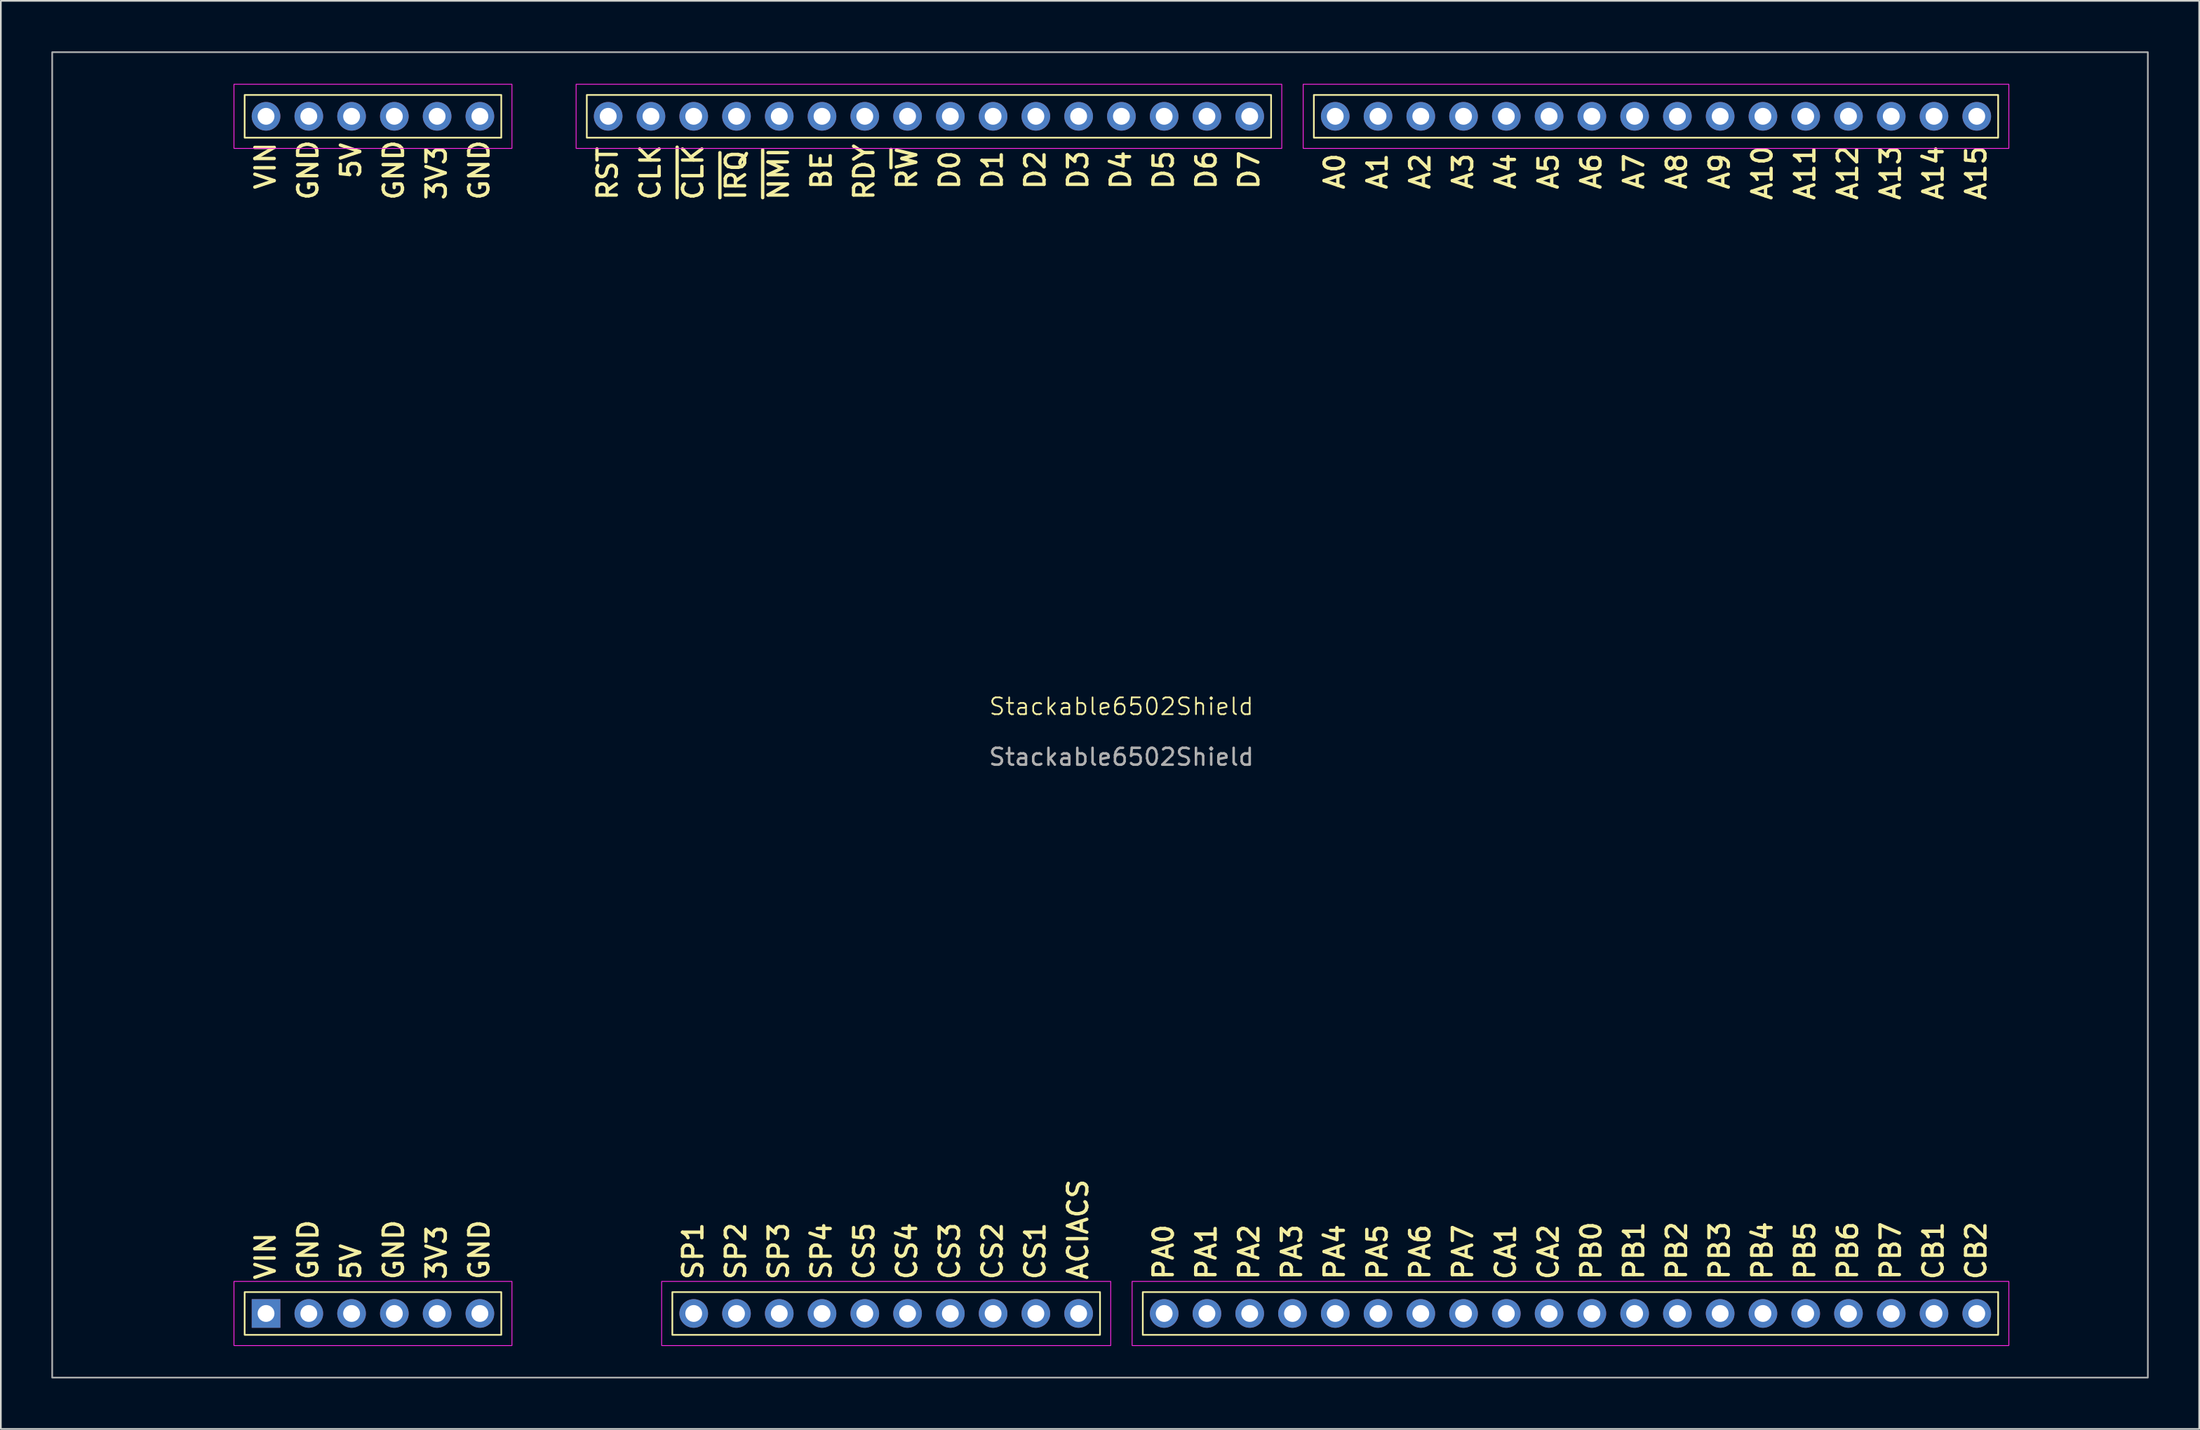
<source format=kicad_pcb>
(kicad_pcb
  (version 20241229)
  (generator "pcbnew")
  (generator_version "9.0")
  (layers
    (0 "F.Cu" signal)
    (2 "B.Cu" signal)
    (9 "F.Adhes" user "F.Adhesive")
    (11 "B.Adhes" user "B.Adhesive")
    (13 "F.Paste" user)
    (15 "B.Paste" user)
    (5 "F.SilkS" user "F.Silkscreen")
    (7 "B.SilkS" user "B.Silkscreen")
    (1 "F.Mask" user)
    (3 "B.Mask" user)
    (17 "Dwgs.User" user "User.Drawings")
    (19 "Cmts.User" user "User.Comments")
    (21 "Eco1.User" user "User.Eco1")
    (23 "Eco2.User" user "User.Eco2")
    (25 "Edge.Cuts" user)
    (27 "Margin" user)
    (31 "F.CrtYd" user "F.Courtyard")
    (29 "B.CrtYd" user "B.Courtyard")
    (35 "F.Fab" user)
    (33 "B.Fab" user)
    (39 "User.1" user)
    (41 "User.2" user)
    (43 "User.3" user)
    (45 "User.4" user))
  (footprint "Stackable6502Shield"
    (layer "F.Cu")
    (at 63.55 39.42)
    (property "Reference" "Stackable6502Shield" (at 0 -0.5 0) (unlocked yes) (layer "F.SilkS") (effects (font (size 1 1) (thickness 0.1))))
    (attr through_hole)
    (fp_rect (start -52.07 -36.83) (end -36.83 -34.29) (stroke (width 0.1) (type default)) (fill no) (layer "F.SilkS"))
    (fp_rect (start -52.07 34.29) (end -36.83 36.83) (stroke (width 0.1) (type default)) (fill no) (layer "F.SilkS"))
    (fp_rect (start -31.75 -36.83) (end 8.89 -34.29) (stroke (width 0.1) (type default)) (fill no) (layer "F.SilkS"))
    (fp_rect (start -26.67 34.29) (end -1.27 36.83) (stroke (width 0.1) (type default)) (fill no) (layer "F.SilkS"))
    (fp_rect (start 1.27 34.29) (end 52.07 36.83) (stroke (width 0.1) (type default)) (fill no) (layer "F.SilkS"))
    (fp_rect (start 11.43 -36.83) (end 52.07 -34.29) (stroke (width 0.1) (type default)) (fill no) (layer "F.SilkS"))
    (fp_rect (start -52.705 -37.465) (end -36.195 -33.655) (stroke (width 0.05) (type default)) (fill no) (layer "F.CrtYd"))
    (fp_rect (start -52.705 33.655) (end -36.195 37.465) (stroke (width 0.05) (type default)) (fill no) (layer "F.CrtYd"))
    (fp_rect (start -32.385 -37.465) (end 9.525 -33.655) (stroke (width 0.05) (type default)) (fill no) (layer "F.CrtYd"))
    (fp_rect (start -27.305 33.655) (end -0.635 37.465) (stroke (width 0.05) (type default)) (fill no) (layer "F.CrtYd"))
    (fp_rect (start 0.635 33.655) (end 52.705 37.465) (stroke (width 0.05) (type default)) (fill no) (layer "F.CrtYd"))
    (fp_rect (start 10.795 -37.465) (end 52.705 -33.655) (stroke (width 0.05) (type default)) (fill no) (layer "F.CrtYd"))
    (fp_rect (start -63.5 -39.37) (end 60.96 39.37) (stroke (width 0.1) (type default)) (fill no) (layer "F.Fab"))
    (fp_text user "BE" (at -17.145 -31.115 90) (unlocked yes) (layer "F.SilkS") (effects (font (size 1.15 1.15) (thickness 0.2) (bold yes)) (justify left bottom)))
    (fp_text user "A5" (at 26.035 -31.115 90) (unlocked yes) (layer "F.SilkS") (effects (font (size 1.15 1.15) (thickness 0.2) (bold yes)) (justify left bottom)))
    (fp_text user "CS2" (at -6.985 33.655 90) (unlocked yes) (layer "F.SilkS") (effects (font (size 1.15 1.15) (thickness 0.2) (bold yes)) (justify left bottom)))
    (fp_text user "D1" (at -6.985 -31.115 90) (unlocked yes) (layer "F.SilkS") (effects (font (size 1.15 1.15) (thickness 0.2) (bold yes)) (justify left bottom)))
    (fp_text user "A4" (at 23.495 -31.115 90) (unlocked yes) (layer "F.SilkS") (effects (font (size 1.15 1.15) (thickness 0.2) (bold yes)) (justify left bottom)))
    (fp_text user "PA1" (at 5.715 33.655 90) (unlocked yes) (layer "F.SilkS") (effects (font (size 1.15 1.15) (thickness 0.2) (bold yes)) (justify left bottom)))
    (fp_text user "PB0" (at 28.575 33.655 90) (unlocked yes) (layer "F.SilkS") (effects (font (size 1.15 1.15) (thickness 0.2) (bold yes)) (justify left bottom)))
    (fp_text user "CS5" (at -14.605 33.655 90) (unlocked yes) (layer "F.SilkS") (effects (font (size 1.15 1.15) (thickness 0.2) (bold yes)) (justify left bottom)))
    (fp_text user "~{IRQ}" (at -22.225 -30.48 90) (unlocked yes) (layer "F.SilkS") (effects (font (size 1.15 1.15) (thickness 0.2) (bold yes)) (justify left bottom)))
    (fp_text user "PB7" (at 46.355 33.655 90) (unlocked yes) (layer "F.SilkS") (effects (font (size 1.15 1.15) (thickness 0.2) (bold yes)) (justify left bottom)))
    (fp_text user "PA4" (at 13.335 33.655 90) (unlocked yes) (layer "F.SilkS") (effects (font (size 1.15 1.15) (thickness 0.2) (bold yes)) (justify left bottom)))
    (fp_text user "PB3" (at 36.195 33.655 90) (unlocked yes) (layer "F.SilkS") (effects (font (size 1.15 1.15) (thickness 0.2) (bold yes)) (justify left bottom)))
    (fp_text user "GND" (at -42.545 33.655 90) (unlocked yes) (layer "F.SilkS") (effects (font (size 1.15 1.15) (thickness 0.2) (bold yes)) (justify left bottom)))
    (fp_text user "D7" (at 8.255 -31.115 90) (unlocked yes) (layer "F.SilkS") (effects (font (size 1.15 1.15) (thickness 0.2) (bold yes)) (justify left bottom)))
    (fp_text user "PB4" (at 38.735 33.655 90) (unlocked yes) (layer "F.SilkS") (effects (font (size 1.15 1.15) (thickness 0.2) (bold yes)) (justify left bottom)))
    (fp_text user "A12" (at 43.815 -30.48 90) (unlocked yes) (layer "F.SilkS") (effects (font (size 1.15 1.15) (thickness 0.2) (bold yes)) (justify left bottom)))
    (fp_text user "GND" (at -42.545 -30.48 90) (unlocked yes) (layer "F.SilkS") (effects (font (size 1.15 1.15) (thickness 0.2) (bold yes)) (justify left bottom)))
    (fp_text user "A2" (at 18.415 -31.115 90) (unlocked yes) (layer "F.SilkS") (effects (font (size 1.15 1.15) (thickness 0.2) (bold yes)) (justify left bottom)))
    (fp_text user "D4" (at 0.635 -31.115 90) (unlocked yes) (layer "F.SilkS") (effects (font (size 1.15 1.15) (thickness 0.2) (bold yes)) (justify left bottom)))
    (fp_text user "A14" (at 48.895 -30.48 90) (unlocked yes) (layer "F.SilkS") (effects (font (size 1.15 1.15) (thickness 0.2) (bold yes)) (justify left bottom)))
    (fp_text user "PB5" (at 41.275 33.655 90) (unlocked yes) (layer "F.SilkS") (effects (font (size 1.15 1.15) (thickness 0.2) (bold yes)) (justify left bottom)))
    (fp_text user "GND" (at -47.625 33.655 90) (unlocked yes) (layer "F.SilkS") (effects (font (size 1.15 1.15) (thickness 0.2) (bold yes)) (justify left bottom)))
    (fp_text user "PA5" (at 15.875 33.655 90) (unlocked yes) (layer "F.SilkS") (effects (font (size 1.15 1.15) (thickness 0.2) (bold yes)) (justify left bottom)))
    (fp_text user "PA6" (at 18.415 33.655 90) (unlocked yes) (layer "F.SilkS") (effects (font (size 1.15 1.15) (thickness 0.2) (bold yes)) (justify left bottom)))
    (fp_text user "SP2" (at -22.225 33.655 90) (unlocked yes) (layer "F.SilkS") (effects (font (size 1.15 1.15) (thickness 0.2) (bold yes)) (justify left bottom)))
    (fp_text user "CA2" (at 26.035 33.655 90) (unlocked yes) (layer "F.SilkS") (effects (font (size 1.15 1.15) (thickness 0.2) (bold yes)) (justify left bottom)))
    (fp_text user "A11" (at 41.275 -30.48 90) (unlocked yes) (layer "F.SilkS") (effects (font (size 1.15 1.15) (thickness 0.2) (bold yes)) (justify left bottom)))
    (fp_text user "3V3" (at -40.005 -30.48 90) (unlocked yes) (layer "F.SilkS") (effects (font (size 1.15 1.15) (thickness 0.2) (bold yes)) (justify left bottom)))
    (fp_text user "D0" (at -9.525 -31.115 90) (unlocked yes) (layer "F.SilkS") (effects (font (size 1.15 1.15) (thickness 0.2) (bold yes)) (justify left bottom)))
    (fp_text user "VIN" (at -50.165 -31.115 90) (unlocked yes) (layer "F.SilkS") (effects (font (size 1.15 1.15) (thickness 0.2) (bold yes)) (justify left bottom)))
    (fp_text user "GND" (at -47.625 -30.48 90) (unlocked yes) (layer "F.SilkS") (effects (font (size 1.15 1.15) (thickness 0.2) (bold yes)) (justify left bottom)))
    (fp_text user "D6" (at 5.715 -31.115 90) (unlocked yes) (layer "F.SilkS") (effects (font (size 1.15 1.15) (thickness 0.2) (bold yes)) (justify left bottom)))
    (fp_text user "CLK" (at -27.305 -30.48 90) (unlocked yes) (layer "F.SilkS") (effects (font (size 1.15 1.15) (thickness 0.2) (bold yes)) (justify left bottom)))
    (fp_text user "ACIACS" (at -1.905 33.655 90) (unlocked yes) (layer "F.SilkS") (effects (font (size 1.15 1.15) (thickness 0.2) (bold yes)) (justify left bottom)))
    (fp_text user "GND" (at -37.465 33.655 90) (unlocked yes) (layer "F.SilkS") (effects (font (size 1.15 1.15) (thickness 0.2) (bold yes)) (justify left bottom)))
    (fp_text user "SP4" (at -17.145 33.655 90) (unlocked yes) (layer "F.SilkS") (effects (font (size 1.15 1.15) (thickness 0.2) (bold yes)) (justify left bottom)))
    (fp_text user "CB1" (at 48.895 33.655 90) (unlocked yes) (layer "F.SilkS") (effects (font (size 1.15 1.15) (thickness 0.2) (bold yes)) (justify left bottom)))
    (fp_text user "A7" (at 31.115 -31.115 90) (unlocked yes) (layer "F.SilkS") (effects (font (size 1.15 1.15) (thickness 0.2) (bold yes)) (justify left bottom)))
    (fp_text user "D5" (at 3.175 -31.115 90) (unlocked yes) (layer "F.SilkS") (effects (font (size 1.15 1.15) (thickness 0.2) (bold yes)) (justify left bottom)))
    (fp_text user "SP1" (at -24.765 33.655 90) (unlocked yes) (layer "F.SilkS") (effects (font (size 1.15 1.15) (thickness 0.2) (bold yes)) (justify left bottom)))
    (fp_text user "A10" (at 38.735 -30.48 90) (unlocked yes) (layer "F.SilkS") (effects (font (size 1.15 1.15) (thickness 0.2) (bold yes)) (justify left bottom)))
    (fp_text user "RST" (at -29.845 -30.48 90) (unlocked yes) (layer "F.SilkS") (effects (font (size 1.15 1.15) (thickness 0.2) (bold yes)) (justify left bottom)))
    (fp_text user "PA3" (at 10.795 33.655 90) (unlocked yes) (layer "F.SilkS") (effects (font (size 1.15 1.15) (thickness 0.2) (bold yes)) (justify left bottom)))
    (fp_text user "CS3" (at -9.525 33.655 90) (unlocked yes) (layer "F.SilkS") (effects (font (size 1.15 1.15) (thickness 0.2) (bold yes)) (justify left bottom)))
    (fp_text user "CS1" (at -4.445 33.655 90) (unlocked yes) (layer "F.SilkS") (effects (font (size 1.15 1.15) (thickness 0.2) (bold yes)) (justify left bottom)))
    (fp_text user "R~{W}" (at -12.065 -31.115 90) (unlocked yes) (layer "F.SilkS") (effects (font (size 1.15 1.15) (thickness 0.2) (bold yes)) (justify left bottom)))
    (fp_text user "GND" (at -37.465 -30.48 90) (unlocked yes) (layer "F.SilkS") (effects (font (size 1.15 1.15) (thickness 0.2) (bold yes)) (justify left bottom)))
    (fp_text user "D2" (at -4.445 -31.115 90) (unlocked yes) (layer "F.SilkS") (effects (font (size 1.15 1.15) (thickness 0.2) (bold yes)) (justify left bottom)))
    (fp_text user "A8" (at 33.655 -31.115 90) (unlocked yes) (layer "F.SilkS") (effects (font (size 1.15 1.15) (thickness 0.2) (bold yes)) (justify left bottom)))
    (fp_text user "PB6" (at 43.815 33.655 90) (unlocked yes) (layer "F.SilkS") (effects (font (size 1.15 1.15) (thickness 0.2) (bold yes)) (justify left bottom)))
    (fp_text user "CA1" (at 23.495 33.655 90) (unlocked yes) (layer "F.SilkS") (effects (font (size 1.15 1.15) (thickness 0.2) (bold yes)) (justify left bottom)))
    (fp_text user "VIN" (at -50.165 33.655 90) (unlocked yes) (layer "F.SilkS") (effects (font (size 1.15 1.15) (thickness 0.2) (bold yes)) (justify left bottom)))
    (fp_text user "5V" (at -45.085 -31.75 90) (unlocked yes) (layer "F.SilkS") (effects (font (size 1.15 1.15) (thickness 0.2) (bold yes)) (justify left bottom)))
    (fp_text user "5V" (at -45.085 33.655 90) (unlocked yes) (layer "F.SilkS") (effects (font (size 1.15 1.15) (thickness 0.2) (bold yes)) (justify left bottom)))
    (fp_text user "A3" (at 20.955 -31.115 90) (unlocked yes) (layer "F.SilkS") (effects (font (size 1.15 1.15) (thickness 0.2) (bold yes)) (justify left bottom)))
    (fp_text user "3V3" (at -40.005 33.655 90) (unlocked yes) (layer "F.SilkS") (effects (font (size 1.15 1.15) (thickness 0.2) (bold yes)) (justify left bottom)))
    (fp_text user "PA7" (at 20.955 33.655 90) (unlocked yes) (layer "F.SilkS") (effects (font (size 1.15 1.15) (thickness 0.2) (bold yes)) (justify left bottom)))
    (fp_text user "PA0" (at 3.175 33.655 90) (unlocked yes) (layer "F.SilkS") (effects (font (size 1.15 1.15) (thickness 0.2) (bold yes)) (justify left bottom)))
    (fp_text user "A0" (at 13.335 -31.115 90) (unlocked yes) (layer "F.SilkS") (effects (font (size 1.15 1.15) (thickness 0.2) (bold yes)) (justify left bottom)))
    (fp_text user "CB2" (at 51.435 33.655 90) (unlocked yes) (layer "F.SilkS") (effects (font (size 1.15 1.15) (thickness 0.2) (bold yes)) (justify left bottom)))
    (fp_text user "A1" (at 15.875 -31.115 90) (unlocked yes) (layer "F.SilkS") (effects (font (size 1.15 1.15) (thickness 0.2) (bold yes)) (justify left bottom)))
    (fp_text user "~{CLK}" (at -24.765 -30.48 90) (unlocked yes) (layer "F.SilkS") (effects (font (size 1.15 1.15) (thickness 0.2) (bold yes)) (justify left bottom)))
    (fp_text user "PB1" (at 31.115 33.655 90) (unlocked yes) (layer "F.SilkS") (effects (font (size 1.15 1.15) (thickness 0.2) (bold yes)) (justify left bottom)))
    (fp_text user "D3" (at -1.905 -31.115 90) (unlocked yes) (layer "F.SilkS") (effects (font (size 1.15 1.15) (thickness 0.2) (bold yes)) (justify left bottom)))
    (fp_text user "A13" (at 46.355 -30.48 90) (unlocked yes) (layer "F.SilkS") (effects (font (size 1.15 1.15) (thickness 0.2) (bold yes)) (justify left bottom)))
    (fp_text user "CS4" (at -12.065 33.655 90) (unlocked yes) (layer "F.SilkS") (effects (font (size 1.15 1.15) (thickness 0.2) (bold yes)) (justify left bottom)))
    (fp_text user "A9" (at 36.195 -31.115 90) (unlocked yes) (layer "F.SilkS") (effects (font (size 1.15 1.15) (thickness 0.2) (bold yes)) (justify left bottom)))
    (fp_text user "A6" (at 28.575 -31.115 90) (unlocked yes) (layer "F.SilkS") (effects (font (size 1.15 1.15) (thickness 0.2) (bold yes)) (justify left bottom)))
    (fp_text user "~{NMI}" (at -19.685 -30.48 90) (unlocked yes) (layer "F.SilkS") (effects (font (size 1.15 1.15) (thickness 0.2) (bold yes)) (justify left bottom)))
    (fp_text user "PB2" (at 33.655 33.655 90) (unlocked yes) (layer "F.SilkS") (effects (font (size 1.15 1.15) (thickness 0.2) (bold yes)) (justify left bottom)))
    (fp_text user "PA2" (at 8.255 33.655 90) (unlocked yes) (layer "F.SilkS") (effects (font (size 1.15 1.15) (thickness 0.2) (bold yes)) (justify left bottom)))
    (fp_text user "RDY" (at -14.605 -30.48 90) (unlocked yes) (layer "F.SilkS") (effects (font (size 1.15 1.15) (thickness 0.2) (bold yes)) (justify left bottom)))
    (fp_text user "SP3" (at -19.685 33.655 90) (unlocked yes) (layer "F.SilkS") (effects (font (size 1.15 1.15) (thickness 0.2) (bold yes)) (justify left bottom)))
    (fp_text user "A15" (at 51.435 -30.48 90) (unlocked yes) (layer "F.SilkS") (effects (font (size 1.15 1.15) (thickness 0.2) (bold yes)) (justify left bottom)))
    (fp_text user "${REFERENCE}" (at 0 2.5 0) (unlocked yes) (layer "F.Fab") (effects (font (size 1 1) (thickness 0.15))))
    (pad "1" thru_hole rect (at -50.8 35.56) (size 1.7 1.7) (drill 1) (layers "*.Cu" "*.Mask"))
    (pad "2" thru_hole oval (at -48.26 35.56) (size 1.7 1.7) (drill 1) (layers "*.Cu" "*.Mask"))
    (pad "3" thru_hole oval (at -45.72 35.56) (size 1.7 1.7) (drill 1) (layers "*.Cu" "*.Mask"))
    (pad "4" thru_hole oval (at -43.18 35.56) (size 1.7 1.7) (drill 1) (layers "*.Cu" "*.Mask"))
    (pad "5" thru_hole oval (at -40.64 35.56) (size 1.7 1.7) (drill 1) (layers "*.Cu" "*.Mask"))
    (pad "6" thru_hole oval (at -38.1 35.56) (size 1.7 1.7) (drill 1) (layers "*.Cu" "*.Mask"))
    (pad "7" thru_hole oval (at -25.4 35.56) (size 1.7 1.7) (drill 1) (layers "*.Cu" "*.Mask"))
    (pad "8" thru_hole oval (at -22.86 35.56) (size 1.7 1.7) (drill 1) (layers "*.Cu" "*.Mask"))
    (pad "9" thru_hole oval (at -20.32 35.56) (size 1.7 1.7) (drill 1) (layers "*.Cu" "*.Mask"))
    (pad "10" thru_hole oval (at -17.78 35.56) (size 1.7 1.7) (drill 1) (layers "*.Cu" "*.Mask"))
    (pad "11" thru_hole oval (at -15.24 35.56) (size 1.7 1.7) (drill 1) (layers "*.Cu" "*.Mask"))
    (pad "12" thru_hole oval (at -12.7 35.56) (size 1.7 1.7) (drill 1) (layers "*.Cu" "*.Mask"))
    (pad "13" thru_hole oval (at -10.16 35.56) (size 1.7 1.7) (drill 1) (layers "*.Cu" "*.Mask"))
    (pad "14" thru_hole oval (at -7.62 35.56) (size 1.7 1.7) (drill 1) (layers "*.Cu" "*.Mask"))
    (pad "15" thru_hole oval (at -5.08 35.56) (size 1.7 1.7) (drill 1) (layers "*.Cu" "*.Mask"))
    (pad "16" thru_hole oval (at -2.54 35.56) (size 1.7 1.7) (drill 1) (layers "*.Cu" "*.Mask"))
    (pad "17" thru_hole oval (at 2.54 35.56) (size 1.7 1.7) (drill 1) (layers "*.Cu" "*.Mask"))
    (pad "18" thru_hole oval (at 5.08 35.56) (size 1.7 1.7) (drill 1) (layers "*.Cu" "*.Mask"))
    (pad "19" thru_hole oval (at 7.62 35.56) (size 1.7 1.7) (drill 1) (layers "*.Cu" "*.Mask"))
    (pad "20" thru_hole oval (at 10.16 35.56) (size 1.7 1.7) (drill 1) (layers "*.Cu" "*.Mask"))
    (pad "21" thru_hole oval (at 12.7 35.56) (size 1.7 1.7) (drill 1) (layers "*.Cu" "*.Mask"))
    (pad "22" thru_hole oval (at 15.24 35.56) (size 1.7 1.7) (drill 1) (layers "*.Cu" "*.Mask"))
    (pad "23" thru_hole oval (at 17.78 35.56) (size 1.7 1.7) (drill 1) (layers "*.Cu" "*.Mask"))
    (pad "24" thru_hole oval (at 20.32 35.56) (size 1.7 1.7) (drill 1) (layers "*.Cu" "*.Mask"))
    (pad "25" thru_hole oval (at 22.86 35.56) (size 1.7 1.7) (drill 1) (layers "*.Cu" "*.Mask"))
    (pad "26" thru_hole oval (at 25.4 35.56) (size 1.7 1.7) (drill 1) (layers "*.Cu" "*.Mask"))
    (pad "27" thru_hole oval (at 27.94 35.56) (size 1.7 1.7) (drill 1) (layers "*.Cu" "*.Mask"))
    (pad "28" thru_hole oval (at 30.48 35.56) (size 1.7 1.7) (drill 1) (layers "*.Cu" "*.Mask"))
    (pad "29" thru_hole oval (at 33.02 35.56) (size 1.7 1.7) (drill 1) (layers "*.Cu" "*.Mask"))
    (pad "30" thru_hole oval (at 35.56 35.56) (size 1.7 1.7) (drill 1) (layers "*.Cu" "*.Mask"))
    (pad "31" thru_hole oval (at 38.1 35.56) (size 1.7 1.7) (drill 1) (layers "*.Cu" "*.Mask"))
    (pad "32" thru_hole oval (at 40.64 35.56) (size 1.7 1.7) (drill 1) (layers "*.Cu" "*.Mask"))
    (pad "33" thru_hole oval (at 43.18 35.56) (size 1.7 1.7) (drill 1) (layers "*.Cu" "*.Mask"))
    (pad "34" thru_hole oval (at 45.72 35.56) (size 1.7 1.7) (drill 1) (layers "*.Cu" "*.Mask"))
    (pad "35" thru_hole oval (at 48.26 35.56) (size 1.7 1.7) (drill 1) (layers "*.Cu" "*.Mask"))
    (pad "36" thru_hole oval (at 50.8 35.56) (size 1.7 1.7) (drill 1) (layers "*.Cu" "*.Mask"))
    (pad "37" thru_hole oval (at 50.8 -35.56) (size 1.7 1.7) (drill 1) (layers "*.Cu" "*.Mask"))
    (pad "38" thru_hole oval (at 48.26 -35.56) (size 1.7 1.7) (drill 1) (layers "*.Cu" "*.Mask"))
    (pad "39" thru_hole oval (at 45.72 -35.56) (size 1.7 1.7) (drill 1) (layers "*.Cu" "*.Mask"))
    (pad "40" thru_hole oval (at 43.18 -35.56) (size 1.7 1.7) (drill 1) (layers "*.Cu" "*.Mask"))
    (pad "41" thru_hole oval (at 40.64 -35.56) (size 1.7 1.7) (drill 1) (layers "*.Cu" "*.Mask"))
    (pad "42" thru_hole oval (at 38.1 -35.56) (size 1.7 1.7) (drill 1) (layers "*.Cu" "*.Mask"))
    (pad "43" thru_hole oval (at 35.56 -35.56) (size 1.7 1.7) (drill 1) (layers "*.Cu" "*.Mask"))
    (pad "44" thru_hole oval (at 33.02 -35.56) (size 1.7 1.7) (drill 1) (layers "*.Cu" "*.Mask"))
    (pad "45" thru_hole oval (at 30.48 -35.56) (size 1.7 1.7) (drill 1) (layers "*.Cu" "*.Mask"))
    (pad "46" thru_hole oval (at 27.94 -35.56) (size 1.7 1.7) (drill 1) (layers "*.Cu" "*.Mask"))
    (pad "47" thru_hole oval (at 25.4 -35.56) (size 1.7 1.7) (drill 1) (layers "*.Cu" "*.Mask"))
    (pad "48" thru_hole oval (at 22.86 -35.56) (size 1.7 1.7) (drill 1) (layers "*.Cu" "*.Mask"))
    (pad "49" thru_hole oval (at 20.32 -35.56) (size 1.7 1.7) (drill 1) (layers "*.Cu" "*.Mask"))
    (pad "50" thru_hole oval (at 17.78 -35.56) (size 1.7 1.7) (drill 1) (layers "*.Cu" "*.Mask"))
    (pad "51" thru_hole oval (at 15.24 -35.56) (size 1.7 1.7) (drill 1) (layers "*.Cu" "*.Mask"))
    (pad "52" thru_hole oval (at 12.7 -35.56) (size 1.7 1.7) (drill 1) (layers "*.Cu" "*.Mask"))
    (pad "53" thru_hole oval (at 7.62 -35.56) (size 1.7 1.7) (drill 1) (layers "*.Cu" "*.Mask"))
    (pad "54" thru_hole oval (at 5.08 -35.56) (size 1.7 1.7) (drill 1) (layers "*.Cu" "*.Mask"))
    (pad "55" thru_hole oval (at 2.54 -35.56) (size 1.7 1.7) (drill 1) (layers "*.Cu" "*.Mask"))
    (pad "56" thru_hole oval (at 0 -35.56) (size 1.7 1.7) (drill 1) (layers "*.Cu" "*.Mask"))
    (pad "57" thru_hole oval (at -2.54 -35.56) (size 1.7 1.7) (drill 1) (layers "*.Cu" "*.Mask"))
    (pad "58" thru_hole oval (at -5.08 -35.56) (size 1.7 1.7) (drill 1) (layers "*.Cu" "*.Mask"))
    (pad "59" thru_hole oval (at -7.62 -35.56) (size 1.7 1.7) (drill 1) (layers "*.Cu" "*.Mask"))
    (pad "60" thru_hole oval (at -10.16 -35.56) (size 1.7 1.7) (drill 1) (layers "*.Cu" "*.Mask"))
    (pad "61" thru_hole oval (at -12.7 -35.56) (size 1.7 1.7) (drill 1) (layers "*.Cu" "*.Mask"))
    (pad "62" thru_hole oval (at -15.24 -35.56) (size 1.7 1.7) (drill 1) (layers "*.Cu" "*.Mask"))
    (pad "63" thru_hole oval (at -17.78 -35.56) (size 1.7 1.7) (drill 1) (layers "*.Cu" "*.Mask"))
    (pad "64" thru_hole oval (at -20.32 -35.56) (size 1.7 1.7) (drill 1) (layers "*.Cu" "*.Mask"))
    (pad "65" thru_hole oval (at -22.86 -35.56) (size 1.7 1.7) (drill 1) (layers "*.Cu" "*.Mask"))
    (pad "66" thru_hole oval (at -25.4 -35.56) (size 1.7 1.7) (drill 1) (layers "*.Cu" "*.Mask"))
    (pad "67" thru_hole oval (at -27.94 -35.56) (size 1.7 1.7) (drill 1) (layers "*.Cu" "*.Mask"))
    (pad "68" thru_hole oval (at -30.48 -35.56) (size 1.7 1.7) (drill 1) (layers "*.Cu" "*.Mask"))
    (pad "69" thru_hole oval (at -38.1 -35.56) (size 1.7 1.7) (drill 1) (layers "*.Cu" "*.Mask"))
    (pad "70" thru_hole oval (at -40.64 -35.56) (size 1.7 1.7) (drill 1) (layers "*.Cu" "*.Mask"))
    (pad "71" thru_hole oval (at -43.18 -35.56) (size 1.7 1.7) (drill 1) (layers "*.Cu" "*.Mask"))
    (pad "72" thru_hole oval (at -45.72 -35.56) (size 1.7 1.7) (drill 1) (layers "*.Cu" "*.Mask"))
    (pad "73" thru_hole oval (at -48.26 -35.56) (size 1.7 1.7) (drill 1) (layers "*.Cu" "*.Mask"))
    (pad "74" thru_hole oval (at -50.8 -35.56) (size 1.7 1.7) (drill 1) (layers "*.Cu" "*.Mask")))
  (gr_rect
    (start -3 -3)
    (end 127.56 81.84)
    (stroke (width 0.1) (type default))
    (fill no)
    (layer "Edge.Cuts")))
</source>
